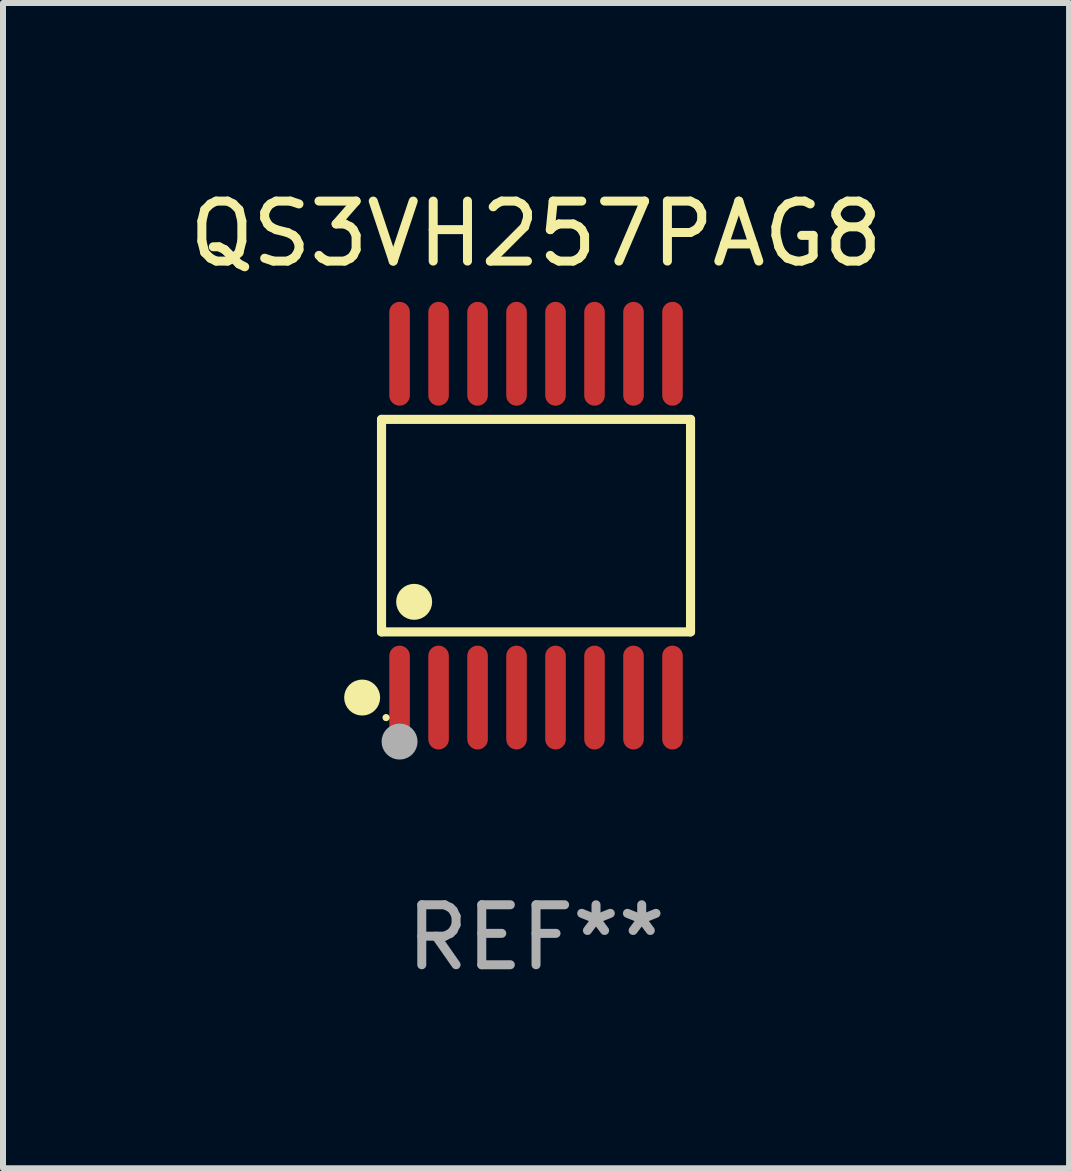
<source format=kicad_pcb>
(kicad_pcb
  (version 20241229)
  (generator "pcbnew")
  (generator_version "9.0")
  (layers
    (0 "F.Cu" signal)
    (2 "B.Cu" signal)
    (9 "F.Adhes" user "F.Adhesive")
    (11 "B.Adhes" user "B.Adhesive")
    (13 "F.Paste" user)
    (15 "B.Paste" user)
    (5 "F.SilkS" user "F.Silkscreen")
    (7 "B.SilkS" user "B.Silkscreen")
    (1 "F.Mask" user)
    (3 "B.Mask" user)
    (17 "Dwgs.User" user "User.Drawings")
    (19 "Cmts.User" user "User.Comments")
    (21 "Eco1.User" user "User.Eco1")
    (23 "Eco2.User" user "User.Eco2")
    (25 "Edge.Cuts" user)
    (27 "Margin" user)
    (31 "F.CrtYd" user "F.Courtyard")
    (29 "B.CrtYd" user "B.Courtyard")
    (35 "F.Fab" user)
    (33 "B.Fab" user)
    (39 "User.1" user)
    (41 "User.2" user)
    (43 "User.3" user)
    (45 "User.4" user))
  (footprint "QS3VH257PAG8"
    (layer "F.Cu")
    (at 5.887 5.714)
    (property "Reference" "QS3VH257PAG8" (at 0 -4.866 0) (layer "F.SilkS") (effects (font (size 1 1) (thickness 0.15))))
    (attr through_hole)
    (fp_line (start -2.576 -1.772) (end 2.576 -1.772) (stroke (width 0.152) (type solid)) (layer "F.SilkS"))
    (fp_line (start -2.576 1.771) (end -2.576 -1.772) (stroke (width 0.152) (type solid)) (layer "F.SilkS"))
    (fp_line (start 2.576 -1.772) (end 2.576 1.771) (stroke (width 0.152) (type solid)) (layer "F.SilkS"))
    (fp_line (start 2.576 1.771) (end -2.576 1.771) (stroke (width 0.152) (type solid)) (layer "F.SilkS"))
    (fp_circle (center -2.899 2.866) (end -2.749 2.866) (stroke (width 0.3) (type solid)) (fill no) (layer "F.SilkS"))
    (fp_circle (center -2.5 3.2) (end -2.47 3.2) (stroke (width 0.06) (type solid)) (fill no) (layer "F.SilkS"))
    (fp_circle (center -2.032 1.27) (end -1.882 1.27) (stroke (width 0.3) (type solid)) (fill no) (layer "F.SilkS"))
    (fp_circle (center -2.275 3.6) (end -2.125 3.6) (stroke (width 0.3) (type solid)) (fill no) (layer "F.Fab"))
    (fp_text user "REF**" (at 0 6.866 0) (layer "F.Fab") (effects (font (size 1 1) (thickness 0.15))))
    (pad "1" smd oval (at -2.275 2.866) (size 0.343 1.731) (layers "F.Cu" "F.Mask" "F.Paste"))
    (pad "2" smd oval (at -1.625 2.866) (size 0.343 1.731) (layers "F.Cu" "F.Mask" "F.Paste"))
    (pad "3" smd oval (at -0.975 2.866) (size 0.343 1.731) (layers "F.Cu" "F.Mask" "F.Paste"))
    (pad "4" smd oval (at -0.325 2.866) (size 0.343 1.731) (layers "F.Cu" "F.Mask" "F.Paste"))
    (pad "5" smd oval (at 0.325 2.866) (size 0.343 1.731) (layers "F.Cu" "F.Mask" "F.Paste"))
    (pad "6" smd oval (at 0.975 2.866) (size 0.343 1.731) (layers "F.Cu" "F.Mask" "F.Paste"))
    (pad "7" smd oval (at 1.625 2.866) (size 0.343 1.731) (layers "F.Cu" "F.Mask" "F.Paste"))
    (pad "8" smd oval (at 2.275 2.866) (size 0.343 1.731) (layers "F.Cu" "F.Mask" "F.Paste"))
    (pad "9" smd oval (at 2.275 -2.866) (size 0.343 1.731) (layers "F.Cu" "F.Mask" "F.Paste"))
    (pad "10" smd oval (at 1.625 -2.866) (size 0.343 1.731) (layers "F.Cu" "F.Mask" "F.Paste"))
    (pad "11" smd oval (at 0.975 -2.866) (size 0.343 1.731) (layers "F.Cu" "F.Mask" "F.Paste"))
    (pad "12" smd oval (at 0.325 -2.866) (size 0.343 1.731) (layers "F.Cu" "F.Mask" "F.Paste"))
    (pad "13" smd oval (at -0.325 -2.866) (size 0.343 1.731) (layers "F.Cu" "F.Mask" "F.Paste"))
    (pad "14" smd oval (at -0.975 -2.866) (size 0.343 1.731) (layers "F.Cu" "F.Mask" "F.Paste"))
    (pad "15" smd oval (at -1.625 -2.866) (size 0.343 1.731) (layers "F.Cu" "F.Mask" "F.Paste"))
    (pad "16" smd oval (at -2.275 -2.866) (size 0.343 1.731) (layers "F.Cu" "F.Mask" "F.Paste")))
  (gr_rect
    (start -3 -3)
    (end 14.774 16.428)
    (stroke (width 0.1) (type default))
    (fill no)
    (layer "Edge.Cuts")))
</source>
